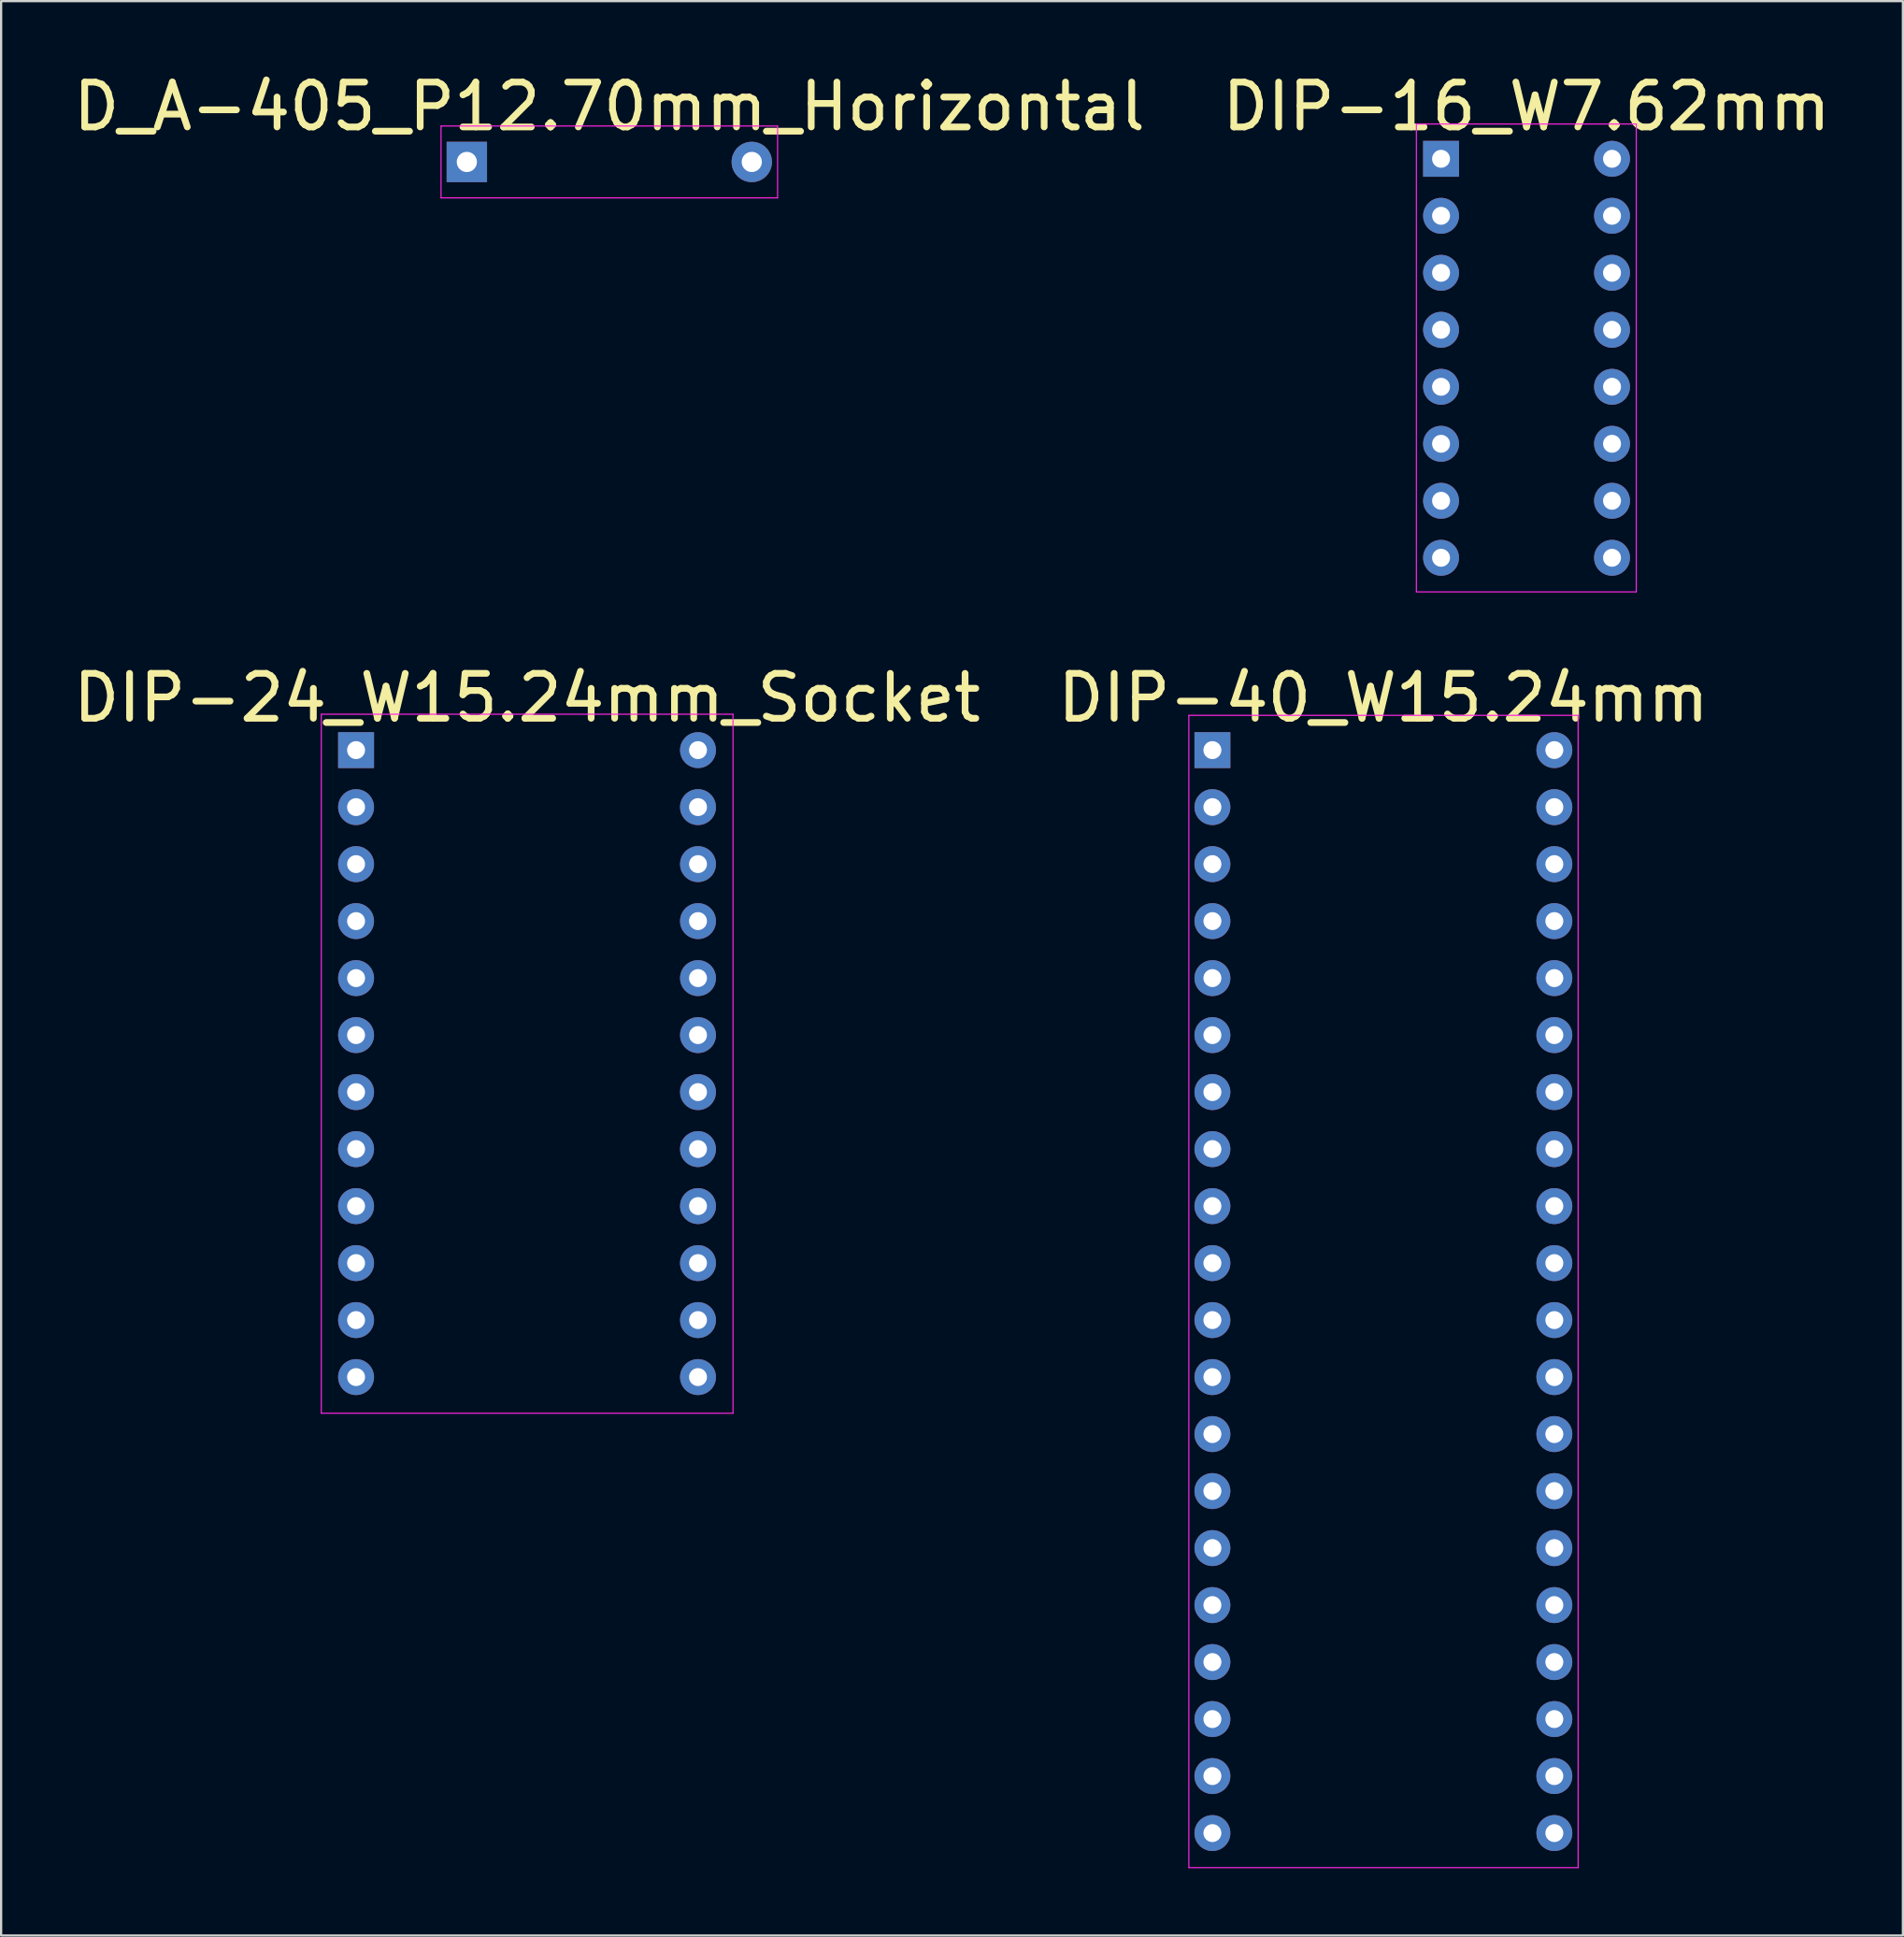
<source format=kicad_pcb>
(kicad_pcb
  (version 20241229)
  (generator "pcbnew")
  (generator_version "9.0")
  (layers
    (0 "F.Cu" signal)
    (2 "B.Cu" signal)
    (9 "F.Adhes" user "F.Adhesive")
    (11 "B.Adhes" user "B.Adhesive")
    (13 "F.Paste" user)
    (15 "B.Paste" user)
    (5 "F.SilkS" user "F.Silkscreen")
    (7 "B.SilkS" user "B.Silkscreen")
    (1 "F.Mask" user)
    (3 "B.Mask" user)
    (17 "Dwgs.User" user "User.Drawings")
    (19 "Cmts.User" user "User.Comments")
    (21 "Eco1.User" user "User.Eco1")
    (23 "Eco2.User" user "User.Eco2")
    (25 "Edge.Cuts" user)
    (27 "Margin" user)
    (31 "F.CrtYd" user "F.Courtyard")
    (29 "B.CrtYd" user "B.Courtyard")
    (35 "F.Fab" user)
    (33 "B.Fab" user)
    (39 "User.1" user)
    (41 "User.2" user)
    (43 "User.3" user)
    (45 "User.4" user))
  (footprint "DIP-16_W7.62mm"
    (layer "F.Cu")
    (at 61.178 4.027)
    (property "Reference" "DIP-16_W7.62mm" (at 3.81 -2.33 0) (layer "F.SilkS") (effects (font (size 2 2) (thickness 0.3))))
    (attr through_hole)
    (fp_line (start -1.1 -1.55) (end -1.1 19.3) (stroke (width 0.05) (type solid)) (layer "F.CrtYd"))
    (fp_line (start -1.1 19.3) (end 8.7 19.3) (stroke (width 0.05) (type solid)) (layer "F.CrtYd"))
    (fp_line (start 8.7 -1.55) (end -1.1 -1.55) (stroke (width 0.05) (type solid)) (layer "F.CrtYd"))
    (fp_line (start 8.7 19.3) (end 8.7 -1.55) (stroke (width 0.05) (type solid)) (layer "F.CrtYd"))
    (pad "1" thru_hole rect (at 0 0) (size 1.6 1.6) (drill 0.8) (layers "*.Cu" "*.Mask"))
    (pad "2" thru_hole oval (at 0 2.54) (size 1.6 1.6) (drill 0.8) (layers "*.Cu" "*.Mask"))
    (pad "3" thru_hole oval (at 0 5.08) (size 1.6 1.6) (drill 0.8) (layers "*.Cu" "*.Mask"))
    (pad "4" thru_hole oval (at 0 7.62) (size 1.6 1.6) (drill 0.8) (layers "*.Cu" "*.Mask"))
    (pad "5" thru_hole oval (at 0 10.16) (size 1.6 1.6) (drill 0.8) (layers "*.Cu" "*.Mask"))
    (pad "6" thru_hole oval (at 0 12.7) (size 1.6 1.6) (drill 0.8) (layers "*.Cu" "*.Mask"))
    (pad "7" thru_hole oval (at 0 15.24) (size 1.6 1.6) (drill 0.8) (layers "*.Cu" "*.Mask"))
    (pad "8" thru_hole oval (at 0 17.78) (size 1.6 1.6) (drill 0.8) (layers "*.Cu" "*.Mask"))
    (pad "9" thru_hole oval (at 7.62 17.78) (size 1.6 1.6) (drill 0.8) (layers "*.Cu" "*.Mask"))
    (pad "10" thru_hole oval (at 7.62 15.24) (size 1.6 1.6) (drill 0.8) (layers "*.Cu" "*.Mask"))
    (pad "11" thru_hole oval (at 7.62 12.7) (size 1.6 1.6) (drill 0.8) (layers "*.Cu" "*.Mask"))
    (pad "12" thru_hole oval (at 7.62 10.16) (size 1.6 1.6) (drill 0.8) (layers "*.Cu" "*.Mask"))
    (pad "13" thru_hole oval (at 7.62 7.62) (size 1.6 1.6) (drill 0.8) (layers "*.Cu" "*.Mask"))
    (pad "14" thru_hole oval (at 7.62 5.08) (size 1.6 1.6) (drill 0.8) (layers "*.Cu" "*.Mask"))
    (pad "15" thru_hole oval (at 7.62 2.54) (size 1.6 1.6) (drill 0.8) (layers "*.Cu" "*.Mask"))
    (pad "16" thru_hole oval (at 7.62 0) (size 1.6 1.6) (drill 0.8) (layers "*.Cu" "*.Mask")))
  (footprint "DIP-40_W15.24mm"
    (layer "F.Cu")
    (at 50.987 30.378)
    (property "Reference" "DIP-40_W15.24mm" (at 7.62 -2.33 0) (layer "F.SilkS") (effects (font (size 2 2) (thickness 0.3))))
    (attr through_hole)
    (fp_line (start -1.05 -1.55) (end -1.05 49.8) (stroke (width 0.05) (type solid)) (layer "F.CrtYd"))
    (fp_line (start -1.05 49.8) (end 16.3 49.8) (stroke (width 0.05) (type solid)) (layer "F.CrtYd"))
    (fp_line (start 16.3 -1.55) (end -1.05 -1.55) (stroke (width 0.05) (type solid)) (layer "F.CrtYd"))
    (fp_line (start 16.3 49.8) (end 16.3 -1.55) (stroke (width 0.05) (type solid)) (layer "F.CrtYd"))
    (pad "1" thru_hole rect (at 0 0) (size 1.6 1.6) (drill 0.8) (layers "*.Cu" "*.Mask"))
    (pad "2" thru_hole oval (at 0 2.54) (size 1.6 1.6) (drill 0.8) (layers "*.Cu" "*.Mask"))
    (pad "3" thru_hole oval (at 0 5.08) (size 1.6 1.6) (drill 0.8) (layers "*.Cu" "*.Mask"))
    (pad "4" thru_hole oval (at 0 7.62) (size 1.6 1.6) (drill 0.8) (layers "*.Cu" "*.Mask"))
    (pad "5" thru_hole oval (at 0 10.16) (size 1.6 1.6) (drill 0.8) (layers "*.Cu" "*.Mask"))
    (pad "6" thru_hole oval (at 0 12.7) (size 1.6 1.6) (drill 0.8) (layers "*.Cu" "*.Mask"))
    (pad "7" thru_hole oval (at 0 15.24) (size 1.6 1.6) (drill 0.8) (layers "*.Cu" "*.Mask"))
    (pad "8" thru_hole oval (at 0 17.78) (size 1.6 1.6) (drill 0.8) (layers "*.Cu" "*.Mask"))
    (pad "9" thru_hole oval (at 0 20.32) (size 1.6 1.6) (drill 0.8) (layers "*.Cu" "*.Mask"))
    (pad "10" thru_hole oval (at 0 22.86) (size 1.6 1.6) (drill 0.8) (layers "*.Cu" "*.Mask"))
    (pad "11" thru_hole oval (at 0 25.4) (size 1.6 1.6) (drill 0.8) (layers "*.Cu" "*.Mask"))
    (pad "12" thru_hole oval (at 0 27.94) (size 1.6 1.6) (drill 0.8) (layers "*.Cu" "*.Mask"))
    (pad "13" thru_hole oval (at 0 30.48) (size 1.6 1.6) (drill 0.8) (layers "*.Cu" "*.Mask"))
    (pad "14" thru_hole oval (at 0 33.02) (size 1.6 1.6) (drill 0.8) (layers "*.Cu" "*.Mask"))
    (pad "15" thru_hole oval (at 0 35.56) (size 1.6 1.6) (drill 0.8) (layers "*.Cu" "*.Mask"))
    (pad "16" thru_hole oval (at 0 38.1) (size 1.6 1.6) (drill 0.8) (layers "*.Cu" "*.Mask"))
    (pad "17" thru_hole oval (at 0 40.64) (size 1.6 1.6) (drill 0.8) (layers "*.Cu" "*.Mask"))
    (pad "18" thru_hole oval (at 0 43.18) (size 1.6 1.6) (drill 0.8) (layers "*.Cu" "*.Mask"))
    (pad "19" thru_hole oval (at 0 45.72) (size 1.6 1.6) (drill 0.8) (layers "*.Cu" "*.Mask"))
    (pad "20" thru_hole oval (at 0 48.26) (size 1.6 1.6) (drill 0.8) (layers "*.Cu" "*.Mask"))
    (pad "21" thru_hole oval (at 15.24 48.26) (size 1.6 1.6) (drill 0.8) (layers "*.Cu" "*.Mask"))
    (pad "22" thru_hole oval (at 15.24 45.72) (size 1.6 1.6) (drill 0.8) (layers "*.Cu" "*.Mask"))
    (pad "23" thru_hole oval (at 15.24 43.18) (size 1.6 1.6) (drill 0.8) (layers "*.Cu" "*.Mask"))
    (pad "24" thru_hole oval (at 15.24 40.64) (size 1.6 1.6) (drill 0.8) (layers "*.Cu" "*.Mask"))
    (pad "25" thru_hole oval (at 15.24 38.1) (size 1.6 1.6) (drill 0.8) (layers "*.Cu" "*.Mask"))
    (pad "26" thru_hole oval (at 15.24 35.56) (size 1.6 1.6) (drill 0.8) (layers "*.Cu" "*.Mask"))
    (pad "27" thru_hole oval (at 15.24 33.02) (size 1.6 1.6) (drill 0.8) (layers "*.Cu" "*.Mask"))
    (pad "28" thru_hole oval (at 15.24 30.48) (size 1.6 1.6) (drill 0.8) (layers "*.Cu" "*.Mask"))
    (pad "29" thru_hole oval (at 15.24 27.94) (size 1.6 1.6) (drill 0.8) (layers "*.Cu" "*.Mask"))
    (pad "30" thru_hole oval (at 15.24 25.4) (size 1.6 1.6) (drill 0.8) (layers "*.Cu" "*.Mask"))
    (pad "31" thru_hole oval (at 15.24 22.86) (size 1.6 1.6) (drill 0.8) (layers "*.Cu" "*.Mask"))
    (pad "32" thru_hole oval (at 15.24 20.32) (size 1.6 1.6) (drill 0.8) (layers "*.Cu" "*.Mask"))
    (pad "33" thru_hole oval (at 15.24 17.78) (size 1.6 1.6) (drill 0.8) (layers "*.Cu" "*.Mask"))
    (pad "34" thru_hole oval (at 15.24 15.24) (size 1.6 1.6) (drill 0.8) (layers "*.Cu" "*.Mask"))
    (pad "35" thru_hole oval (at 15.24 12.7) (size 1.6 1.6) (drill 0.8) (layers "*.Cu" "*.Mask"))
    (pad "36" thru_hole oval (at 15.24 10.16) (size 1.6 1.6) (drill 0.8) (layers "*.Cu" "*.Mask"))
    (pad "37" thru_hole oval (at 15.24 7.62) (size 1.6 1.6) (drill 0.8) (layers "*.Cu" "*.Mask"))
    (pad "38" thru_hole oval (at 15.24 5.08) (size 1.6 1.6) (drill 0.8) (layers "*.Cu" "*.Mask"))
    (pad "39" thru_hole oval (at 15.24 2.54) (size 1.6 1.6) (drill 0.8) (layers "*.Cu" "*.Mask"))
    (pad "40" thru_hole oval (at 15.24 0) (size 1.6 1.6) (drill 0.8) (layers "*.Cu" "*.Mask")))
  (footprint "D_A-405_P12.70mm_Horizontal"
    (layer "F.Cu")
    (at 17.757 4.167)
    (property "Reference" "D_A-405_P12.70mm_Horizontal" (at 6.35 -2.47 0) (layer "F.SilkS") (effects (font (size 2 2) (thickness 0.3))))
    (attr through_hole)
    (fp_line (start -1.15 -1.6) (end -1.15 1.6) (stroke (width 0.05) (type solid)) (layer "F.CrtYd"))
    (fp_line (start -1.15 1.6) (end 13.85 1.6) (stroke (width 0.05) (type solid)) (layer "F.CrtYd"))
    (fp_line (start 13.85 -1.6) (end -1.15 -1.6) (stroke (width 0.05) (type solid)) (layer "F.CrtYd"))
    (fp_line (start 13.85 1.6) (end 13.85 -1.6) (stroke (width 0.05) (type solid)) (layer "F.CrtYd"))
    (pad "1" thru_hole rect (at 0 0) (size 1.8 1.8) (drill 0.9) (layers "*.Cu" "*.Mask"))
    (pad "2" thru_hole oval (at 12.7 0) (size 1.8 1.8) (drill 0.9) (layers "*.Cu" "*.Mask")))
  (footprint "DIP-24_W15.24mm_Socket"
    (layer "F.Cu")
    (at 12.82 30.378)
    (property "Reference" "DIP-24_W15.24mm_Socket" (at 7.62 -2.33 0) (layer "F.SilkS") (effects (font (size 2 2) (thickness 0.3))))
    (attr through_hole)
    (fp_line (start -1.55 -1.6) (end -1.55 29.55) (stroke (width 0.05) (type solid)) (layer "F.CrtYd"))
    (fp_line (start -1.55 29.55) (end 16.8 29.55) (stroke (width 0.05) (type solid)) (layer "F.CrtYd"))
    (fp_line (start 16.8 -1.6) (end -1.55 -1.6) (stroke (width 0.05) (type solid)) (layer "F.CrtYd"))
    (fp_line (start 16.8 29.55) (end 16.8 -1.6) (stroke (width 0.05) (type solid)) (layer "F.CrtYd"))
    (pad "1" thru_hole rect (at 0 0) (size 1.6 1.6) (drill 0.8) (layers "*.Cu" "*.Mask"))
    (pad "2" thru_hole oval (at 0 2.54) (size 1.6 1.6) (drill 0.8) (layers "*.Cu" "*.Mask"))
    (pad "3" thru_hole oval (at 0 5.08) (size 1.6 1.6) (drill 0.8) (layers "*.Cu" "*.Mask"))
    (pad "4" thru_hole oval (at 0 7.62) (size 1.6 1.6) (drill 0.8) (layers "*.Cu" "*.Mask"))
    (pad "5" thru_hole oval (at 0 10.16) (size 1.6 1.6) (drill 0.8) (layers "*.Cu" "*.Mask"))
    (pad "6" thru_hole oval (at 0 12.7) (size 1.6 1.6) (drill 0.8) (layers "*.Cu" "*.Mask"))
    (pad "7" thru_hole oval (at 0 15.24) (size 1.6 1.6) (drill 0.8) (layers "*.Cu" "*.Mask"))
    (pad "8" thru_hole oval (at 0 17.78) (size 1.6 1.6) (drill 0.8) (layers "*.Cu" "*.Mask"))
    (pad "9" thru_hole oval (at 0 20.32) (size 1.6 1.6) (drill 0.8) (layers "*.Cu" "*.Mask"))
    (pad "10" thru_hole oval (at 0 22.86) (size 1.6 1.6) (drill 0.8) (layers "*.Cu" "*.Mask"))
    (pad "11" thru_hole oval (at 0 25.4) (size 1.6 1.6) (drill 0.8) (layers "*.Cu" "*.Mask"))
    (pad "12" thru_hole oval (at 0 27.94) (size 1.6 1.6) (drill 0.8) (layers "*.Cu" "*.Mask"))
    (pad "13" thru_hole oval (at 15.24 27.94) (size 1.6 1.6) (drill 0.8) (layers "*.Cu" "*.Mask"))
    (pad "14" thru_hole oval (at 15.24 25.4) (size 1.6 1.6) (drill 0.8) (layers "*.Cu" "*.Mask"))
    (pad "15" thru_hole oval (at 15.24 22.86) (size 1.6 1.6) (drill 0.8) (layers "*.Cu" "*.Mask"))
    (pad "16" thru_hole oval (at 15.24 20.32) (size 1.6 1.6) (drill 0.8) (layers "*.Cu" "*.Mask"))
    (pad "17" thru_hole oval (at 15.24 17.78) (size 1.6 1.6) (drill 0.8) (layers "*.Cu" "*.Mask"))
    (pad "18" thru_hole oval (at 15.24 15.24) (size 1.6 1.6) (drill 0.8) (layers "*.Cu" "*.Mask"))
    (pad "19" thru_hole oval (at 15.24 12.7) (size 1.6 1.6) (drill 0.8) (layers "*.Cu" "*.Mask"))
    (pad "20" thru_hole oval (at 15.24 10.16) (size 1.6 1.6) (drill 0.8) (layers "*.Cu" "*.Mask"))
    (pad "21" thru_hole oval (at 15.24 7.62) (size 1.6 1.6) (drill 0.8) (layers "*.Cu" "*.Mask"))
    (pad "22" thru_hole oval (at 15.24 5.08) (size 1.6 1.6) (drill 0.8) (layers "*.Cu" "*.Mask"))
    (pad "23" thru_hole oval (at 15.24 2.54) (size 1.6 1.6) (drill 0.8) (layers "*.Cu" "*.Mask"))
    (pad "24" thru_hole oval (at 15.24 0) (size 1.6 1.6) (drill 0.8) (layers "*.Cu" "*.Mask")))
  (gr_rect
    (start -3 -3)
    (end 81.762 83.203)
    (stroke (width 0.1) (type default))
    (fill no)
    (layer "Edge.Cuts")))
</source>
